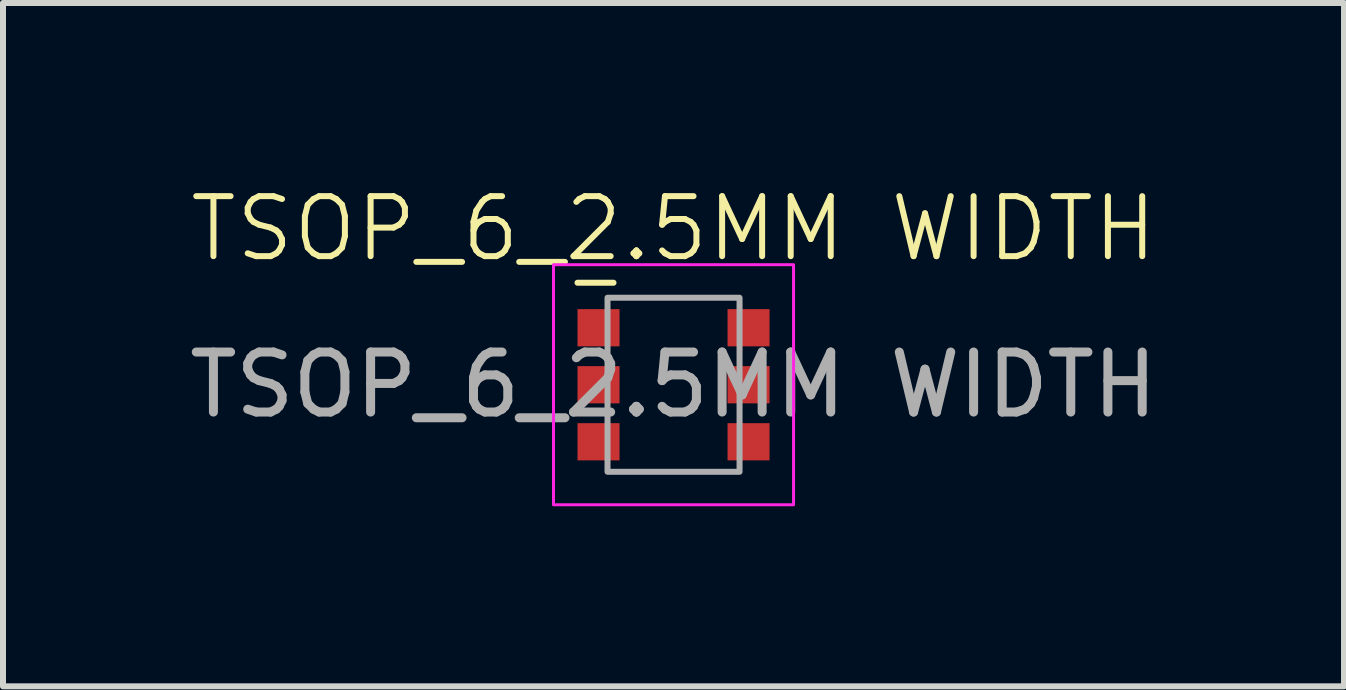
<source format=kicad_pcb>
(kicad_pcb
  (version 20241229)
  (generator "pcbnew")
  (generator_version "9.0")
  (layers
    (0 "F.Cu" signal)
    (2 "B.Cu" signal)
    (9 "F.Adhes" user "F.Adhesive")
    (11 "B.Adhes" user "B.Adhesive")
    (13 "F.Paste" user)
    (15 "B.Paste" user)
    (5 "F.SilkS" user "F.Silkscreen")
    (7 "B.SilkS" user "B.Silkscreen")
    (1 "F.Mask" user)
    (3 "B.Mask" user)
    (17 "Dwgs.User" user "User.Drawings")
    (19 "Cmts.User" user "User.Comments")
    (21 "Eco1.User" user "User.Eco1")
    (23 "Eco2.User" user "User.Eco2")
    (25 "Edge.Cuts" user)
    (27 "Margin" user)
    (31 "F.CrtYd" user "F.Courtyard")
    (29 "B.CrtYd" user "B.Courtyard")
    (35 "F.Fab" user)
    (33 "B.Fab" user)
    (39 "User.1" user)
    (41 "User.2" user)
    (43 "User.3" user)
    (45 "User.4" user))
  (footprint "TSOP_6_2.5MM WIDTH"
    (layer "F.Cu")
    (at 8.173 3.361)
    (property "Reference" "TSOP_6_2.5MM WIDTH" (at 0 -2.6 0) (unlocked yes) (layer "F.SilkS") (effects (font (size 1 1) (thickness 0.1))))
    (attr smd)
    (fp_line (start -1.6 -1.7) (end -1 -1.7) (stroke (width 0.1) (type default)) (layer "F.SilkS"))
    (fp_rect (start -2 -2) (end 2 2) (stroke (width 0.05) (type default)) (fill no) (layer "F.CrtYd"))
    (fp_rect (start -1.1 -1.45) (end 1.1 1.45) (stroke (width 0.1) (type default)) (fill no) (layer "F.Fab"))
    (fp_text user "${REFERENCE}" (at 0 0 0) (unlocked yes) (layer "F.Fab") (effects (font (size 1 1) (thickness 0.15))))
    (pad "1" smd rect (at -1.25 -0.95) (size 0.7 0.62) (layers "F.Cu" "F.Mask" "F.Paste"))
    (pad "2" smd rect (at -1.25 0) (size 0.7 0.62) (layers "F.Cu" "F.Mask" "F.Paste"))
    (pad "3" smd rect (at -1.25 0.95) (size 0.7 0.62) (layers "F.Cu" "F.Mask" "F.Paste"))
    (pad "4" smd rect (at 1.25 0.95) (size 0.7 0.62) (layers "F.Cu" "F.Mask" "F.Paste"))
    (pad "5" smd rect (at 1.25 0) (size 0.7 0.62) (layers "F.Cu" "F.Mask" "F.Paste"))
    (pad "6" smd rect (at 1.25 -0.95) (size 0.7 0.62) (layers "F.Cu" "F.Mask" "F.Paste")))
  (gr_rect
    (start -3 -3)
    (end 19.345 8.386)
    (stroke (width 0.1) (type default))
    (fill no)
    (layer "Edge.Cuts")))
</source>
